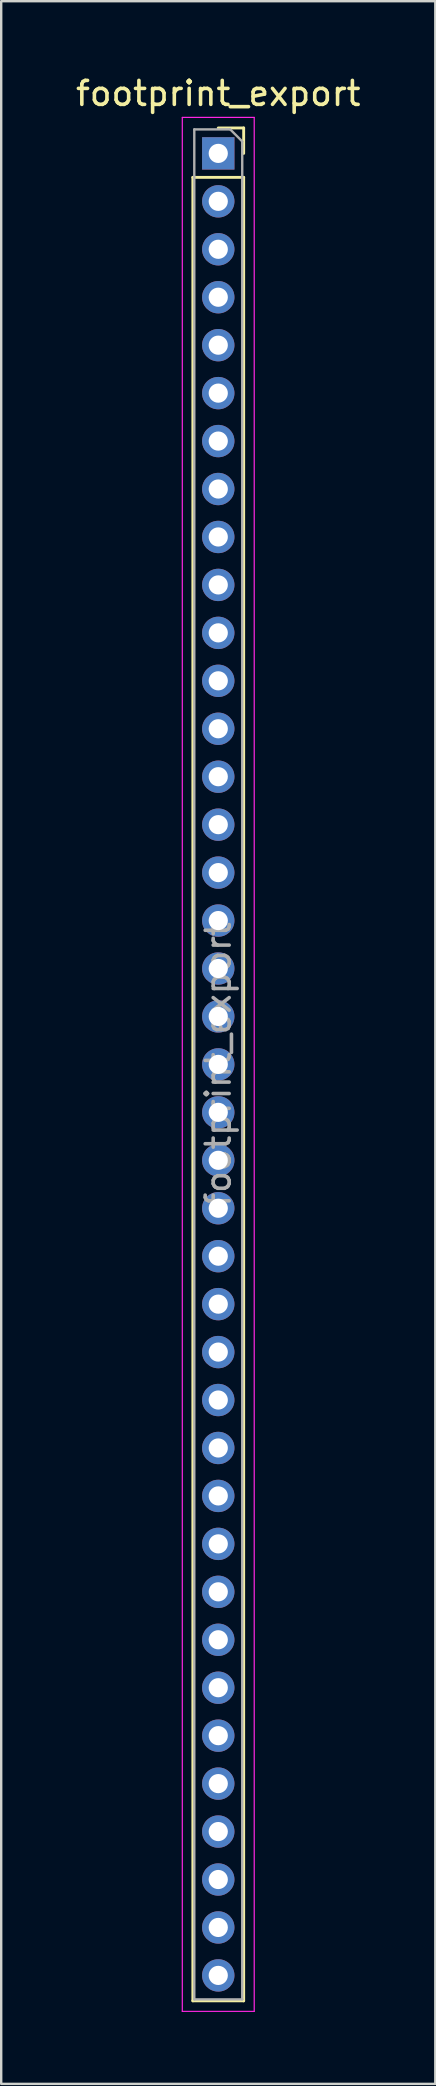
<source format=kicad_pcb>
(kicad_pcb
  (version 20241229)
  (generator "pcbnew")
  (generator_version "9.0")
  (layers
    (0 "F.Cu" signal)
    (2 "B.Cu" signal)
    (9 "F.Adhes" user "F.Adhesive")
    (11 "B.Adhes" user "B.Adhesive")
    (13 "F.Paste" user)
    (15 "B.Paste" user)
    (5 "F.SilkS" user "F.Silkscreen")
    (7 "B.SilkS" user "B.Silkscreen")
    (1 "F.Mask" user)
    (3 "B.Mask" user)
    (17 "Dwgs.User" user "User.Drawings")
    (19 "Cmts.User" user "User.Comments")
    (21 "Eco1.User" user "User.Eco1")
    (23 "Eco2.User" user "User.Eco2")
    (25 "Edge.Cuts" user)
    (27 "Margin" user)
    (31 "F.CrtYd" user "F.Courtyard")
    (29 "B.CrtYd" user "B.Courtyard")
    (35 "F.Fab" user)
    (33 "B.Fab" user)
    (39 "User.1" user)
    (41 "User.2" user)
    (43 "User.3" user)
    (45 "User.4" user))
  (footprint "footprint_export"
    (layer "F.Cu")
    (at 6.054 3.348)
    (property "Reference" "footprint_export" (at 0 -2.5 0) (layer "F.SilkS") (effects (font (size 1 1) (thickness 0.15))))
    (attr through_hole)
    (fp_line (start -1.06 1) (end -1.06 77.06) (stroke (width 0.12) (type solid)) (layer "F.SilkS"))
    (fp_line (start -1.06 1) (end 1.06 1) (stroke (width 0.12) (type solid)) (layer "F.SilkS"))
    (fp_line (start -1.06 77.06) (end 1.06 77.06) (stroke (width 0.12) (type solid)) (layer "F.SilkS"))
    (fp_line (start 0 -1.06) (end 1.06 -1.06) (stroke (width 0.12) (type solid)) (layer "F.SilkS"))
    (fp_line (start 1.06 -1.06) (end 1.06 0) (stroke (width 0.12) (type solid)) (layer "F.SilkS"))
    (fp_line (start 1.06 1) (end 1.06 77.06) (stroke (width 0.12) (type solid)) (layer "F.SilkS"))
    (fp_line (start -1.5 -1.5) (end 1.5 -1.5) (stroke (width 0.05) (type solid)) (layer "F.CrtYd"))
    (fp_line (start -1.5 77.5) (end -1.5 -1.5) (stroke (width 0.05) (type solid)) (layer "F.CrtYd"))
    (fp_line (start 1.5 -1.5) (end 1.5 77.5) (stroke (width 0.05) (type solid)) (layer "F.CrtYd"))
    (fp_line (start 1.5 77.5) (end -1.5 77.5) (stroke (width 0.05) (type solid)) (layer "F.CrtYd"))
    (fp_line (start -1 -1) (end 0.5 -1) (stroke (width 0.1) (type solid)) (layer "F.Fab"))
    (fp_line (start -1 77) (end -1 -1) (stroke (width 0.1) (type solid)) (layer "F.Fab"))
    (fp_line (start 0.5 -1) (end 1 -0.5) (stroke (width 0.1) (type solid)) (layer "F.Fab"))
    (fp_line (start 1 -0.5) (end 1 77) (stroke (width 0.1) (type solid)) (layer "F.Fab"))
    (fp_line (start 1 77) (end -1 77) (stroke (width 0.1) (type solid)) (layer "F.Fab"))
    (fp_text user "${REFERENCE}" (at 0 38 90) (layer "F.Fab") (effects (font (size 1 1) (thickness 0.15))))
    (pad "1" thru_hole rect (at 0 0) (size 1.35 1.35) (drill 0.8) (layers "*.Cu" "*.Mask"))
    (pad "2" thru_hole oval (at 0 2) (size 1.35 1.35) (drill 0.8) (layers "*.Cu" "*.Mask"))
    (pad "3" thru_hole oval (at 0 4) (size 1.35 1.35) (drill 0.8) (layers "*.Cu" "*.Mask"))
    (pad "4" thru_hole oval (at 0 6) (size 1.35 1.35) (drill 0.8) (layers "*.Cu" "*.Mask"))
    (pad "5" thru_hole oval (at 0 8) (size 1.35 1.35) (drill 0.8) (layers "*.Cu" "*.Mask"))
    (pad "6" thru_hole oval (at 0 10) (size 1.35 1.35) (drill 0.8) (layers "*.Cu" "*.Mask"))
    (pad "7" thru_hole oval (at 0 12) (size 1.35 1.35) (drill 0.8) (layers "*.Cu" "*.Mask"))
    (pad "8" thru_hole oval (at 0 14) (size 1.35 1.35) (drill 0.8) (layers "*.Cu" "*.Mask"))
    (pad "9" thru_hole oval (at 0 16) (size 1.35 1.35) (drill 0.8) (layers "*.Cu" "*.Mask"))
    (pad "10" thru_hole oval (at 0 18) (size 1.35 1.35) (drill 0.8) (layers "*.Cu" "*.Mask"))
    (pad "11" thru_hole oval (at 0 20) (size 1.35 1.35) (drill 0.8) (layers "*.Cu" "*.Mask"))
    (pad "12" thru_hole oval (at 0 22) (size 1.35 1.35) (drill 0.8) (layers "*.Cu" "*.Mask"))
    (pad "13" thru_hole oval (at 0 24) (size 1.35 1.35) (drill 0.8) (layers "*.Cu" "*.Mask"))
    (pad "14" thru_hole oval (at 0 26) (size 1.35 1.35) (drill 0.8) (layers "*.Cu" "*.Mask"))
    (pad "15" thru_hole oval (at 0 28) (size 1.35 1.35) (drill 0.8) (layers "*.Cu" "*.Mask"))
    (pad "16" thru_hole oval (at 0 30) (size 1.35 1.35) (drill 0.8) (layers "*.Cu" "*.Mask"))
    (pad "17" thru_hole oval (at 0 32) (size 1.35 1.35) (drill 0.8) (layers "*.Cu" "*.Mask"))
    (pad "18" thru_hole oval (at 0 34) (size 1.35 1.35) (drill 0.8) (layers "*.Cu" "*.Mask"))
    (pad "19" thru_hole oval (at 0 36) (size 1.35 1.35) (drill 0.8) (layers "*.Cu" "*.Mask"))
    (pad "20" thru_hole oval (at 0 38) (size 1.35 1.35) (drill 0.8) (layers "*.Cu" "*.Mask"))
    (pad "21" thru_hole oval (at 0 40) (size 1.35 1.35) (drill 0.8) (layers "*.Cu" "*.Mask"))
    (pad "22" thru_hole oval (at 0 42) (size 1.35 1.35) (drill 0.8) (layers "*.Cu" "*.Mask"))
    (pad "23" thru_hole oval (at 0 44) (size 1.35 1.35) (drill 0.8) (layers "*.Cu" "*.Mask"))
    (pad "24" thru_hole oval (at 0 46) (size 1.35 1.35) (drill 0.8) (layers "*.Cu" "*.Mask"))
    (pad "25" thru_hole oval (at 0 48) (size 1.35 1.35) (drill 0.8) (layers "*.Cu" "*.Mask"))
    (pad "26" thru_hole oval (at 0 50) (size 1.35 1.35) (drill 0.8) (layers "*.Cu" "*.Mask"))
    (pad "27" thru_hole oval (at 0 52) (size 1.35 1.35) (drill 0.8) (layers "*.Cu" "*.Mask"))
    (pad "28" thru_hole oval (at 0 54) (size 1.35 1.35) (drill 0.8) (layers "*.Cu" "*.Mask"))
    (pad "29" thru_hole oval (at 0 56) (size 1.35 1.35) (drill 0.8) (layers "*.Cu" "*.Mask"))
    (pad "30" thru_hole oval (at 0 58) (size 1.35 1.35) (drill 0.8) (layers "*.Cu" "*.Mask"))
    (pad "31" thru_hole oval (at 0 60) (size 1.35 1.35) (drill 0.8) (layers "*.Cu" "*.Mask"))
    (pad "32" thru_hole oval (at 0 62) (size 1.35 1.35) (drill 0.8) (layers "*.Cu" "*.Mask"))
    (pad "33" thru_hole oval (at 0 64) (size 1.35 1.35) (drill 0.8) (layers "*.Cu" "*.Mask"))
    (pad "34" thru_hole oval (at 0 66) (size 1.35 1.35) (drill 0.8) (layers "*.Cu" "*.Mask"))
    (pad "35" thru_hole oval (at 0 68) (size 1.35 1.35) (drill 0.8) (layers "*.Cu" "*.Mask"))
    (pad "36" thru_hole oval (at 0 70) (size 1.35 1.35) (drill 0.8) (layers "*.Cu" "*.Mask"))
    (pad "37" thru_hole oval (at 0 72) (size 1.35 1.35) (drill 0.8) (layers "*.Cu" "*.Mask"))
    (pad "38" thru_hole oval (at 0 74) (size 1.35 1.35) (drill 0.8) (layers "*.Cu" "*.Mask"))
    (pad "39" thru_hole oval (at 0 76) (size 1.35 1.35) (drill 0.8) (layers "*.Cu" "*.Mask")))
  (gr_rect
    (start -3 -3)
    (end 15.107 83.873)
    (stroke (width 0.1) (type default))
    (fill no)
    (layer "Edge.Cuts")))
</source>
